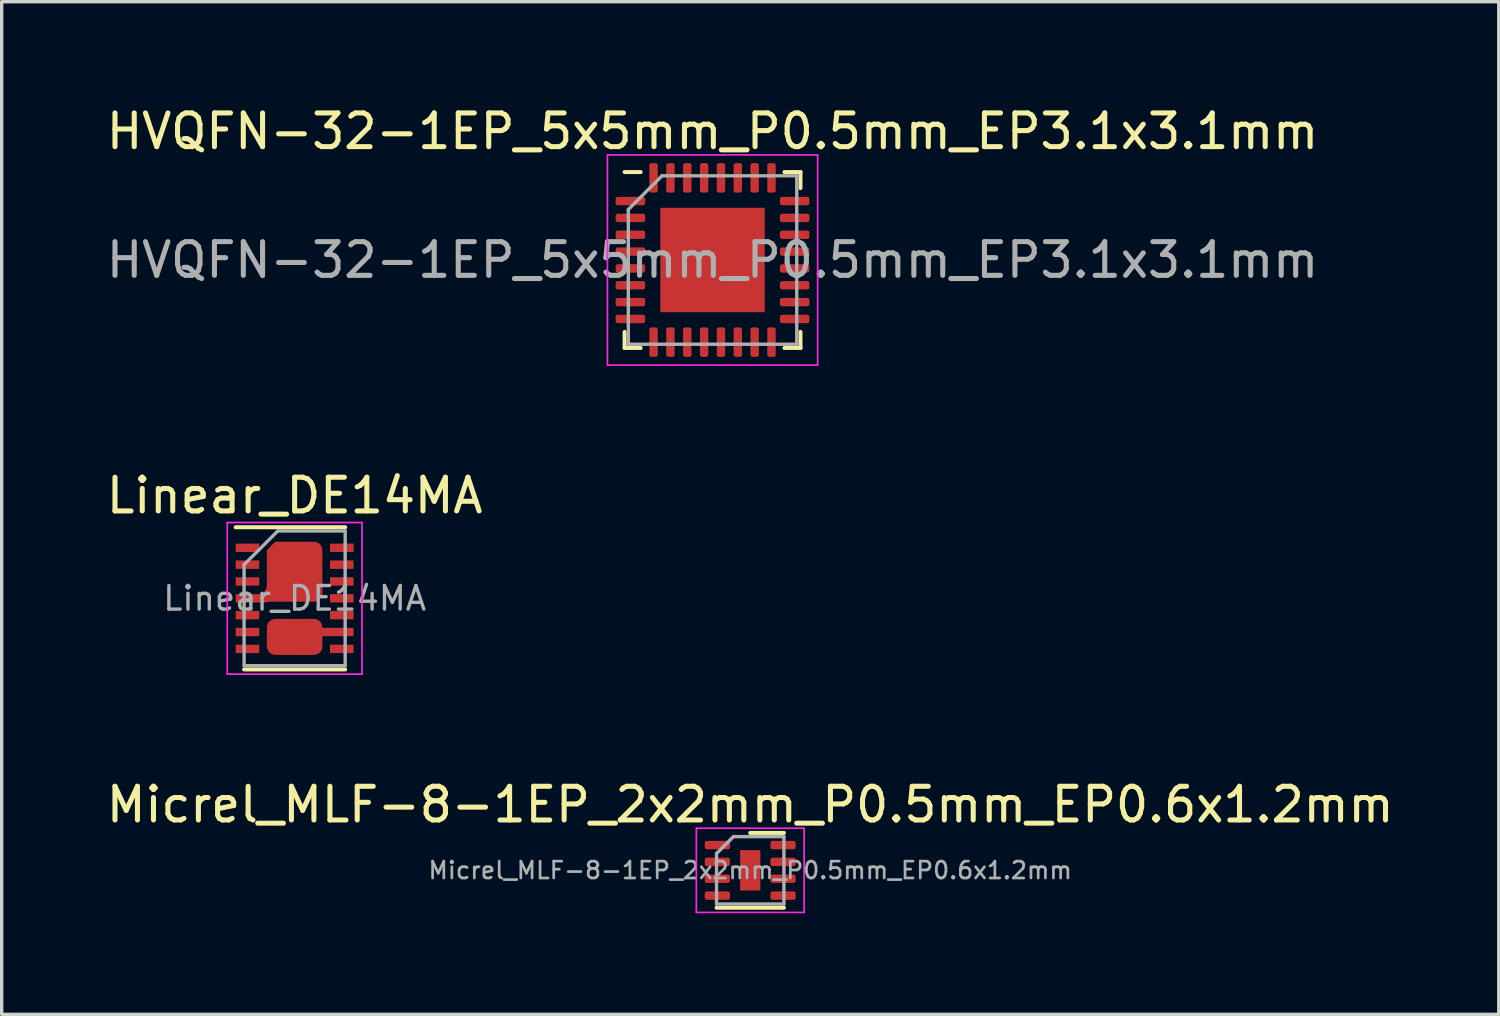
<source format=kicad_pcb>
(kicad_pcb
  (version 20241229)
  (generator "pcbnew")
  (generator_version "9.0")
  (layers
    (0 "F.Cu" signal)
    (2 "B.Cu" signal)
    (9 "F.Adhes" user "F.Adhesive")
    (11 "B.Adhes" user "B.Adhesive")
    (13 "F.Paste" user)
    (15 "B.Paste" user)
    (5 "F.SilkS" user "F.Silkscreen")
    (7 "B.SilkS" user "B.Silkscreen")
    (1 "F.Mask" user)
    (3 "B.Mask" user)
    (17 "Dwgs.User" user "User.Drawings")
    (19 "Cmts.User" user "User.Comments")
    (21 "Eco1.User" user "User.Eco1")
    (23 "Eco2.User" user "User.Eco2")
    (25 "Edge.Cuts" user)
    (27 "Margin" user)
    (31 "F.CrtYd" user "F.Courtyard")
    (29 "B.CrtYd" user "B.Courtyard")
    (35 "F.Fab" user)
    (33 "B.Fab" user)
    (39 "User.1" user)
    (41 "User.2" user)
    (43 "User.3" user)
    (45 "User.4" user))
  (footprint "Linear_DE14MA"
    (layer "F.Cu")
    (at 5.696 14.711)
    (property "Reference" "Linear_DE14MA" (at 0 -3.05 0) (layer "F.SilkS") (effects (font (size 1 1) (thickness 0.15))))
    (attr smd)
    (fp_line (start -1.75 -2.11) (end 1.5 -2.11) (stroke (width 0.12) (type solid)) (layer "F.SilkS"))
    (fp_line (start -1.5 2.11) (end 1.5 2.11) (stroke (width 0.12) (type solid)) (layer "F.SilkS"))
    (fp_line (start -2 -2.25) (end -2 2.25) (stroke (width 0.05) (type solid)) (layer "F.CrtYd"))
    (fp_line (start -2 -2.25) (end 2 -2.25) (stroke (width 0.05) (type solid)) (layer "F.CrtYd"))
    (fp_line (start -2 2.25) (end 2 2.25) (stroke (width 0.05) (type solid)) (layer "F.CrtYd"))
    (fp_line (start 2 -2.25) (end 2 2.25) (stroke (width 0.05) (type solid)) (layer "F.CrtYd"))
    (fp_line (start -1.5 -1) (end -0.5 -2) (stroke (width 0.1) (type solid)) (layer "F.Fab"))
    (fp_line (start -1.5 2) (end -1.5 -1) (stroke (width 0.1) (type solid)) (layer "F.Fab"))
    (fp_line (start -0.5 -2) (end 1.5 -2) (stroke (width 0.1) (type solid)) (layer "F.Fab"))
    (fp_line (start 1.5 -2) (end 1.5 2) (stroke (width 0.1) (type solid)) (layer "F.Fab"))
    (fp_line (start 1.5 2) (end -1.5 2) (stroke (width 0.1) (type solid)) (layer "F.Fab"))
    (fp_text user "${REFERENCE}" (at 0 0 0) (layer "F.Fab") (effects (font (size 0.7 0.7) (thickness 0.1))))
    (pad "1" smd rect (at -1.4 -1.5) (size 0.7 0.25) (layers "F.Cu" "F.Mask" "F.Paste"))
    (pad "2" smd rect (at -1.4 -1) (size 0.7 0.25) (layers "F.Cu" "F.Mask" "F.Paste"))
    (pad "3" smd rect (at -1.4 -0.5) (size 0.7 0.25) (layers "F.Cu" "F.Mask" "F.Paste"))
    (pad "4" smd custom (at 0 -0.79) (size 1.65 1.28) (layers "F.Cu" "F.Mask" "F.Paste") (options (anchor rect)) (primitives (gr_circle (center 0.575 -0.64) (end 0.825 -0.64) (width 0) (fill yes)) (gr_circle (center 0.575 0.64) (end 0.825 0.64) (width 0) (fill yes)) (gr_poly (pts (xy 0.575 0.89) (xy -0.825 0.89) (xy -0.825 -0.64) (xy -0.575 -0.89) (xy 0.575 -0.89)) (width 0) (fill yes)) (gr_poly (pts (xy -0.78 0.89) (xy -0.88 0.915) (xy -1.75 0.915) (xy -1.75 0.665) (xy -0.78 0.665)) (width 0) (fill yes)) (gr_poly (pts (xy -0.825 0.665) (xy -1.075 0.665) (xy -1.025 0.66) (xy -0.977 0.645) (xy -0.935 0.622) (xy -0.897 0.591) (xy -0.866 0.552) (xy -0.844 0.511) (xy -0.83 0.464) (xy -0.825 0.415)) (width 0.001) (fill yes))))
    (pad "5" smd rect (at -1.4 0.5) (size 0.7 0.25) (layers "F.Cu" "F.Mask" "F.Paste"))
    (pad "6" smd rect (at -1.4 1) (size 0.7 0.25) (layers "F.Cu" "F.Mask" "F.Paste"))
    (pad "7" smd rect (at -1.4 1.5) (size 0.7 0.25) (layers "F.Cu" "F.Mask" "F.Paste"))
    (pad "8" smd rect (at 1.4 1.5) (size 0.7 0.25) (layers "F.Cu" "F.Mask" "F.Paste"))
    (pad "9" smd custom (at 0 1.145) (size 1.15 1.07) (layers "F.Cu" "F.Mask" "F.Paste") (options (anchor rect)) (primitives (gr_circle (center -0.575 -0.285) (end -0.325 -0.285) (width 0) (fill yes)) (gr_circle (center 0.575 -0.285) (end 0.825 -0.285) (width 0) (fill yes)) (gr_circle (center -0.575 0.285) (end -0.325 0.285) (width 0) (fill yes)) (gr_circle (center 0.575 0.285) (end 0.825 0.285) (width 0) (fill yes)) (gr_poly (pts (xy 0.825 0.285) (xy -0.825 0.285) (xy -0.825 -0.285) (xy 0.825 -0.285)) (width 0) (fill yes)) (gr_poly (pts (xy 1.75 -0.02) (xy 0.825 -0.02) (xy 0.825 -0.27) (xy 1.75 -0.27)) (width 0) (fill yes))))
    (pad "10" smd rect (at 1.4 0.5) (size 0.7 0.25) (layers "F.Cu" "F.Mask" "F.Paste"))
    (pad "11" smd rect (at 1.4 0) (size 0.7 0.25) (layers "F.Cu" "F.Mask" "F.Paste"))
    (pad "12" smd rect (at 1.4 -0.5) (size 0.7 0.25) (layers "F.Cu" "F.Mask" "F.Paste"))
    (pad "13" smd rect (at 1.4 -1) (size 0.7 0.25) (layers "F.Cu" "F.Mask" "F.Paste"))
    (pad "14" smd rect (at 1.4 -1.5) (size 0.7 0.25) (layers "F.Cu" "F.Mask" "F.Paste")))
  (footprint "Micrel_MLF-8-1EP_2x2mm_P0.5mm_EP0.6x1.2mm"
    (layer "F.Cu")
    (at 19.22 22.785)
    (property "Reference" "Micrel_MLF-8-1EP_2x2mm_P0.5mm_EP0.6x1.2mm" (at 0 -1.95 0) (layer "F.SilkS") (effects (font (size 1 1) (thickness 0.15))))
    (attr smd)
    (fp_line (start -1 1.11) (end 1 1.11) (stroke (width 0.12) (type solid)) (layer "F.SilkS"))
    (fp_line (start 0 -1.11) (end 1 -1.11) (stroke (width 0.12) (type solid)) (layer "F.SilkS"))
    (fp_line (start -1.6 -1.25) (end -1.6 1.25) (stroke (width 0.05) (type solid)) (layer "F.CrtYd"))
    (fp_line (start -1.6 1.25) (end 1.6 1.25) (stroke (width 0.05) (type solid)) (layer "F.CrtYd"))
    (fp_line (start 1.6 -1.25) (end -1.6 -1.25) (stroke (width 0.05) (type solid)) (layer "F.CrtYd"))
    (fp_line (start 1.6 1.25) (end 1.6 -1.25) (stroke (width 0.05) (type solid)) (layer "F.CrtYd"))
    (fp_line (start -1 -0.5) (end -0.5 -1) (stroke (width 0.1) (type solid)) (layer "F.Fab"))
    (fp_line (start -1 1) (end -1 -0.5) (stroke (width 0.1) (type solid)) (layer "F.Fab"))
    (fp_line (start -0.5 -1) (end 1 -1) (stroke (width 0.1) (type solid)) (layer "F.Fab"))
    (fp_line (start 1 -1) (end 1 1) (stroke (width 0.1) (type solid)) (layer "F.Fab"))
    (fp_line (start 1 1) (end -1 1) (stroke (width 0.1) (type solid)) (layer "F.Fab"))
    (fp_text user "${REFERENCE}" (at 0 0 0) (layer "F.Fab") (effects (font (size 0.5 0.5) (thickness 0.08))))
    (pad "" smd roundrect (at 0 -0.3) (size 0.48 0.48) (layers "F.Paste") (roundrect_rratio 0.25))
    (pad "" smd roundrect (at 0 0.3) (size 0.48 0.48) (layers "F.Paste") (roundrect_rratio 0.25))
    (pad "1" smd roundrect (at -0.975 -0.75) (size 0.75 0.25) (layers "F.Cu" "F.Mask" "F.Paste") (roundrect_rratio 0.25))
    (pad "2" smd roundrect (at -0.975 -0.25) (size 0.75 0.25) (layers "F.Cu" "F.Mask" "F.Paste") (roundrect_rratio 0.25))
    (pad "3" smd roundrect (at -0.975 0.25) (size 0.75 0.25) (layers "F.Cu" "F.Mask" "F.Paste") (roundrect_rratio 0.25))
    (pad "4" smd roundrect (at -0.975 0.75) (size 0.75 0.25) (layers "F.Cu" "F.Mask" "F.Paste") (roundrect_rratio 0.25))
    (pad "5" smd roundrect (at 0.975 0.75) (size 0.75 0.25) (layers "F.Cu" "F.Mask" "F.Paste") (roundrect_rratio 0.25))
    (pad "6" smd roundrect (at 0.975 0.25) (size 0.75 0.25) (layers "F.Cu" "F.Mask" "F.Paste") (roundrect_rratio 0.25))
    (pad "7" smd roundrect (at 0.975 -0.25) (size 0.75 0.25) (layers "F.Cu" "F.Mask" "F.Paste") (roundrect_rratio 0.25))
    (pad "8" smd roundrect (at 0.975 -0.75) (size 0.75 0.25) (layers "F.Cu" "F.Mask" "F.Paste") (roundrect_rratio 0.25))
    (pad "9" smd rect (at 0 0) (size 0.6 1.2) (layers "F.Cu" "F.Mask")))
  (footprint "HVQFN-32-1EP_5x5mm_P0.5mm_EP3.1x3.1mm"
    (layer "F.Cu")
    (at 18.101 4.668)
    (property "Reference" "HVQFN-32-1EP_5x5mm_P0.5mm_EP3.1x3.1mm" (at 0 -3.82 0) (layer "F.SilkS") (effects (font (size 1 1) (thickness 0.15))))
    (attr smd)
    (fp_line (start -2.61 2.61) (end -2.61 2.135) (stroke (width 0.12) (type solid)) (layer "F.SilkS"))
    (fp_line (start -2.135 -2.61) (end -2.61 -2.61) (stroke (width 0.12) (type solid)) (layer "F.SilkS"))
    (fp_line (start -2.135 2.61) (end -2.61 2.61) (stroke (width 0.12) (type solid)) (layer "F.SilkS"))
    (fp_line (start 2.135 -2.61) (end 2.61 -2.61) (stroke (width 0.12) (type solid)) (layer "F.SilkS"))
    (fp_line (start 2.135 2.61) (end 2.61 2.61) (stroke (width 0.12) (type solid)) (layer "F.SilkS"))
    (fp_line (start 2.61 -2.61) (end 2.61 -2.135) (stroke (width 0.12) (type solid)) (layer "F.SilkS"))
    (fp_line (start 2.61 2.61) (end 2.61 2.135) (stroke (width 0.12) (type solid)) (layer "F.SilkS"))
    (fp_line (start -3.12 -3.12) (end -3.12 3.12) (stroke (width 0.05) (type solid)) (layer "F.CrtYd"))
    (fp_line (start -3.12 3.12) (end 3.12 3.12) (stroke (width 0.05) (type solid)) (layer "F.CrtYd"))
    (fp_line (start 3.12 -3.12) (end -3.12 -3.12) (stroke (width 0.05) (type solid)) (layer "F.CrtYd"))
    (fp_line (start 3.12 3.12) (end 3.12 -3.12) (stroke (width 0.05) (type solid)) (layer "F.CrtYd"))
    (fp_line (start -2.5 -1.5) (end -1.5 -2.5) (stroke (width 0.1) (type solid)) (layer "F.Fab"))
    (fp_line (start -2.5 2.5) (end -2.5 -1.5) (stroke (width 0.1) (type solid)) (layer "F.Fab"))
    (fp_line (start -1.5 -2.5) (end 2.5 -2.5) (stroke (width 0.1) (type solid)) (layer "F.Fab"))
    (fp_line (start 2.5 -2.5) (end 2.5 2.5) (stroke (width 0.1) (type solid)) (layer "F.Fab"))
    (fp_line (start 2.5 2.5) (end -2.5 2.5) (stroke (width 0.1) (type solid)) (layer "F.Fab"))
    (fp_text user "${REFERENCE}" (at 0 0 0) (layer "F.Fab") (effects (font (size 1 1) (thickness 0.15))))
    (pad "" smd roundrect (at -1.03 -1.03) (size 0.83 0.83) (layers "F.Paste") (roundrect_rratio 0.25))
    (pad "" smd roundrect (at -1.03 0) (size 0.83 0.83) (layers "F.Paste") (roundrect_rratio 0.25))
    (pad "" smd roundrect (at -1.03 1.03) (size 0.83 0.83) (layers "F.Paste") (roundrect_rratio 0.25))
    (pad "" smd roundrect (at 0 -1.03) (size 0.83 0.83) (layers "F.Paste") (roundrect_rratio 0.25))
    (pad "" smd roundrect (at 0 0) (size 0.83 0.83) (layers "F.Paste") (roundrect_rratio 0.25))
    (pad "" smd roundrect (at 0 1.03) (size 0.83 0.83) (layers "F.Paste") (roundrect_rratio 0.25))
    (pad "" smd roundrect (at 1.03 -1.03) (size 0.83 0.83) (layers "F.Paste") (roundrect_rratio 0.25))
    (pad "" smd roundrect (at 1.03 0) (size 0.83 0.83) (layers "F.Paste") (roundrect_rratio 0.25))
    (pad "" smd roundrect (at 1.03 1.03) (size 0.83 0.83) (layers "F.Paste") (roundrect_rratio 0.25))
    (pad "1" smd roundrect (at -2.438 -1.75) (size 0.875 0.25) (layers "F.Cu" "F.Mask" "F.Paste") (roundrect_rratio 0.25))
    (pad "2" smd roundrect (at -2.438 -1.25) (size 0.875 0.25) (layers "F.Cu" "F.Mask" "F.Paste") (roundrect_rratio 0.25))
    (pad "3" smd roundrect (at -2.438 -0.75) (size 0.875 0.25) (layers "F.Cu" "F.Mask" "F.Paste") (roundrect_rratio 0.25))
    (pad "4" smd roundrect (at -2.438 -0.25) (size 0.875 0.25) (layers "F.Cu" "F.Mask" "F.Paste") (roundrect_rratio 0.25))
    (pad "5" smd roundrect (at -2.438 0.25) (size 0.875 0.25) (layers "F.Cu" "F.Mask" "F.Paste") (roundrect_rratio 0.25))
    (pad "6" smd roundrect (at -2.438 0.75) (size 0.875 0.25) (layers "F.Cu" "F.Mask" "F.Paste") (roundrect_rratio 0.25))
    (pad "7" smd roundrect (at -2.438 1.25) (size 0.875 0.25) (layers "F.Cu" "F.Mask" "F.Paste") (roundrect_rratio 0.25))
    (pad "8" smd roundrect (at -2.438 1.75) (size 0.875 0.25) (layers "F.Cu" "F.Mask" "F.Paste") (roundrect_rratio 0.25))
    (pad "9" smd roundrect (at -1.75 2.438) (size 0.25 0.875) (layers "F.Cu" "F.Mask" "F.Paste") (roundrect_rratio 0.25))
    (pad "10" smd roundrect (at -1.25 2.438) (size 0.25 0.875) (layers "F.Cu" "F.Mask" "F.Paste") (roundrect_rratio 0.25))
    (pad "11" smd roundrect (at -0.75 2.438) (size 0.25 0.875) (layers "F.Cu" "F.Mask" "F.Paste") (roundrect_rratio 0.25))
    (pad "12" smd roundrect (at -0.25 2.438) (size 0.25 0.875) (layers "F.Cu" "F.Mask" "F.Paste") (roundrect_rratio 0.25))
    (pad "13" smd roundrect (at 0.25 2.438) (size 0.25 0.875) (layers "F.Cu" "F.Mask" "F.Paste") (roundrect_rratio 0.25))
    (pad "14" smd roundrect (at 0.75 2.438) (size 0.25 0.875) (layers "F.Cu" "F.Mask" "F.Paste") (roundrect_rratio 0.25))
    (pad "15" smd roundrect (at 1.25 2.438) (size 0.25 0.875) (layers "F.Cu" "F.Mask" "F.Paste") (roundrect_rratio 0.25))
    (pad "16" smd roundrect (at 1.75 2.438) (size 0.25 0.875) (layers "F.Cu" "F.Mask" "F.Paste") (roundrect_rratio 0.25))
    (pad "17" smd roundrect (at 2.438 1.75) (size 0.875 0.25) (layers "F.Cu" "F.Mask" "F.Paste") (roundrect_rratio 0.25))
    (pad "18" smd roundrect (at 2.438 1.25) (size 0.875 0.25) (layers "F.Cu" "F.Mask" "F.Paste") (roundrect_rratio 0.25))
    (pad "19" smd roundrect (at 2.438 0.75) (size 0.875 0.25) (layers "F.Cu" "F.Mask" "F.Paste") (roundrect_rratio 0.25))
    (pad "20" smd roundrect (at 2.438 0.25) (size 0.875 0.25) (layers "F.Cu" "F.Mask" "F.Paste") (roundrect_rratio 0.25))
    (pad "21" smd roundrect (at 2.438 -0.25) (size 0.875 0.25) (layers "F.Cu" "F.Mask" "F.Paste") (roundrect_rratio 0.25))
    (pad "22" smd roundrect (at 2.438 -0.75) (size 0.875 0.25) (layers "F.Cu" "F.Mask" "F.Paste") (roundrect_rratio 0.25))
    (pad "23" smd roundrect (at 2.438 -1.25) (size 0.875 0.25) (layers "F.Cu" "F.Mask" "F.Paste") (roundrect_rratio 0.25))
    (pad "24" smd roundrect (at 2.438 -1.75) (size 0.875 0.25) (layers "F.Cu" "F.Mask" "F.Paste") (roundrect_rratio 0.25))
    (pad "25" smd roundrect (at 1.75 -2.438) (size 0.25 0.875) (layers "F.Cu" "F.Mask" "F.Paste") (roundrect_rratio 0.25))
    (pad "26" smd roundrect (at 1.25 -2.438) (size 0.25 0.875) (layers "F.Cu" "F.Mask" "F.Paste") (roundrect_rratio 0.25))
    (pad "27" smd roundrect (at 0.75 -2.438) (size 0.25 0.875) (layers "F.Cu" "F.Mask" "F.Paste") (roundrect_rratio 0.25))
    (pad "28" smd roundrect (at 0.25 -2.438) (size 0.25 0.875) (layers "F.Cu" "F.Mask" "F.Paste") (roundrect_rratio 0.25))
    (pad "29" smd roundrect (at -0.25 -2.438) (size 0.25 0.875) (layers "F.Cu" "F.Mask" "F.Paste") (roundrect_rratio 0.25))
    (pad "30" smd roundrect (at -0.75 -2.438) (size 0.25 0.875) (layers "F.Cu" "F.Mask" "F.Paste") (roundrect_rratio 0.25))
    (pad "31" smd roundrect (at -1.25 -2.438) (size 0.25 0.875) (layers "F.Cu" "F.Mask" "F.Paste") (roundrect_rratio 0.25))
    (pad "32" smd roundrect (at -1.75 -2.438) (size 0.25 0.875) (layers "F.Cu" "F.Mask" "F.Paste") (roundrect_rratio 0.25))
    (pad "33" smd rect (at 0 0) (size 3.1 3.1) (layers "F.Cu" "F.Mask")))
  (gr_rect
    (start -3 -3)
    (end 41.44 27.06)
    (stroke (width 0.1) (type default))
    (fill no)
    (layer "Edge.Cuts")))
</source>
